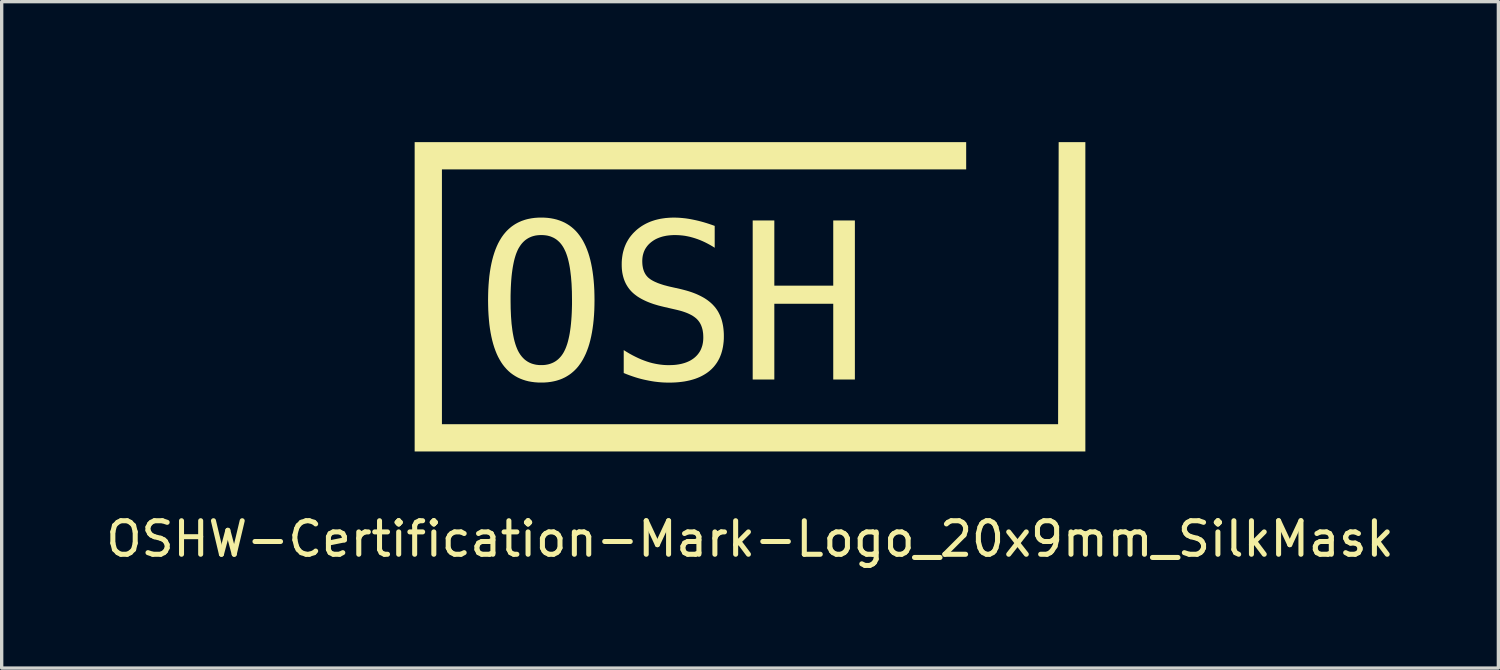
<source format=kicad_pcb>
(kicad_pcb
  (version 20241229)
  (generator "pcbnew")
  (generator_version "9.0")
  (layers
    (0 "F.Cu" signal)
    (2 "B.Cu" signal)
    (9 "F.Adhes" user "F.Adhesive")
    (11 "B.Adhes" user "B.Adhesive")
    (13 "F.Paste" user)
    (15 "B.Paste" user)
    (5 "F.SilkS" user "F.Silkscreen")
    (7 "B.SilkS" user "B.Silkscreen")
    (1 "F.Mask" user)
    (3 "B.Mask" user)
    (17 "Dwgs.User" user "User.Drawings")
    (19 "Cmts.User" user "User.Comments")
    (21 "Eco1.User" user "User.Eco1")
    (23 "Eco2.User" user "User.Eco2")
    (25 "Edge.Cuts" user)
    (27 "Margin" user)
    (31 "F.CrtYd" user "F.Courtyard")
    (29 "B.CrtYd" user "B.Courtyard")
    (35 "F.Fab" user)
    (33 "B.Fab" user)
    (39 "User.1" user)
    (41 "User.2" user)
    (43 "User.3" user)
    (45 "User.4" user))
  (footprint "OSHW-Certification-Mark-Logo_20x9mm_SilkMask"
    (layer "F.Cu")
    (at 19.315 5.185)
    (property "Reference" "OSHW-Certification-Mark-Logo_20x9mm_SilkMask" (at 0.000154 7.838 0) (unlocked yes) (layer "F.SilkS") (effects (font (size 1 1) (thickness 0.15))))
    (attr board_only exclude_from_pos_files exclude_from_bom allow_missing_courtyard)
    (fp_poly (pts (xy 6.768 3.082) (xy 6.161 3.082) (xy 5.516 0.264) (xy 4.875 3.082) (xy 4.268 3.082) (xy 3.559 -1.661) (xy 4.185 -1.661) (xy 4.639 2.189) (xy 5.18 -0.359) (xy 5.85 -0.359) (xy 6.396 2.195) (xy 7.935 -5.185) (xy 8.561 -5.185)) (stroke (width 0) (type solid)) (fill yes) (layer "F.Mask"))
    (fp_poly (pts (xy -4.637 0.715) (xy -4.637 0.715) (xy -4.637 0.715)) (stroke (width 0) (type solid)) (fill yes) (layer "F.SilkS"))
    (fp_poly (pts (xy -1.053 -1.499) (xy -1.053 -1.499) (xy -1.053 -1.499)) (stroke (width 0) (type solid)) (fill yes) (layer "F.SilkS"))
    (fp_poly (pts (xy 10 5.228) (xy -10 5.228) (xy -10 -3.997) (xy 6.446 -3.997) (xy 6.446 -3.183) (xy -9.187 -3.183) (xy -9.187 4.415) (xy 9.187 4.415) (xy 9.204 -3.997) (xy 10 -3.997)) (stroke (width 0) (type solid)) (fill yes) (layer "F.SilkS"))
    (fp_poly (pts (xy 0.725 0.283) (xy 2.482 0.283) (xy 2.482 -1.661) (xy 3.127 -1.661) (xy 3.127 3.082) (xy 2.482 3.082) (xy 2.482 0.823) (xy 0.725 0.823) (xy 0.725 3.082) (xy 0.08 3.082) (xy 0.08 -1.661) (xy 0.725 -1.661)) (stroke (width 0) (type solid)) (fill yes) (layer "F.SilkS"))
    (fp_poly (pts (xy -6.127 -1.745) (xy -6.031 -1.738) (xy -5.939 -1.726) (xy -5.85 -1.709) (xy -5.764 -1.688) (xy -5.681 -1.661) (xy -5.601 -1.63) (xy -5.525 -1.595) (xy -5.452 -1.554) (xy -5.382 -1.509) (xy -5.316 -1.459) (xy -5.252 -1.404) (xy -5.192 -1.345) (xy -5.135 -1.28) (xy -5.082 -1.211) (xy -5.031 -1.137) (xy -4.983 -1.059) (xy -4.939 -0.975) (xy -4.897 -0.886) (xy -4.859 -0.793) (xy -4.823 -0.694) (xy -4.791 -0.591) (xy -4.762 -0.483) (xy -4.736 -0.369) (xy -4.713 -0.251) (xy -4.693 -0.128) (xy -4.676 0.000166) (xy -4.662 0.133) (xy -4.651 0.271) (xy -4.643 0.414) (xy -4.639 0.562) (xy -4.637 0.715) (xy -4.639 0.867) (xy -4.643 1.015) (xy -4.651 1.157) (xy -4.662 1.295) (xy -4.676 1.428) (xy -4.693 1.555) (xy -4.713 1.678) (xy -4.736 1.796) (xy -4.762 1.909) (xy -4.791 2.018) (xy -4.823 2.121) (xy -4.859 2.219) (xy -4.897 2.313) (xy -4.939 2.401) (xy -4.983 2.485) (xy -5.031 2.564) (xy -5.056 2.601) (xy -5.082 2.637) (xy -5.108 2.673) (xy -5.135 2.707) (xy -5.163 2.739) (xy -5.192 2.771) (xy -5.222 2.801) (xy -5.252 2.83) (xy -5.284 2.858) (xy -5.316 2.885) (xy -5.349 2.911) (xy -5.382 2.935) (xy -5.417 2.958) (xy -5.452 2.98) (xy -5.488 3.001) (xy -5.525 3.021) (xy -5.563 3.039) (xy -5.601 3.057) (xy -5.641 3.073) (xy -5.681 3.088) (xy -5.722 3.101) (xy -5.764 3.114) (xy -5.806 3.125) (xy -5.85 3.135) (xy -5.894 3.144) (xy -5.939 3.152) (xy -6.031 3.164) (xy -6.127 3.171) (xy -6.226 3.173) (xy -6.324 3.171) (xy -6.42 3.164) (xy -6.512 3.152) (xy -6.602 3.136) (xy -6.688 3.114) (xy -6.77 3.088) (xy -6.85 3.057) (xy -6.926 3.022) (xy -6.999 2.981) (xy -7.069 2.936) (xy -7.136 2.887) (xy -7.199 2.832) (xy -7.259 2.773) (xy -7.316 2.709) (xy -7.37 2.64) (xy -7.42 2.567) (xy -7.467 2.488) (xy -7.512 2.405) (xy -7.553 2.317) (xy -7.591 2.223) (xy -7.626 2.125) (xy -7.658 2.022) (xy -7.687 1.914) (xy -7.713 1.8) (xy -7.736 1.682) (xy -7.756 1.559) (xy -7.773 1.431) (xy -7.786 1.297) (xy -7.797 1.159) (xy -7.805 1.016) (xy -7.809 0.868) (xy -7.811 0.715) (xy -7.14 0.715) (xy -7.137 0.966) (xy -7.127 1.199) (xy -7.111 1.413) (xy -7.087 1.608) (xy -7.073 1.699) (xy -7.057 1.785) (xy -7.04 1.867) (xy -7.021 1.944) (xy -7 2.016) (xy -6.978 2.083) (xy -6.953 2.146) (xy -6.928 2.205) (xy -6.9 2.259) (xy -6.885 2.285) (xy -6.869 2.31) (xy -6.854 2.334) (xy -6.837 2.357) (xy -6.82 2.379) (xy -6.803 2.401) (xy -6.785 2.421) (xy -6.766 2.441) (xy -6.747 2.46) (xy -6.728 2.478) (xy -6.708 2.495) (xy -6.687 2.511) (xy -6.666 2.526) (xy -6.644 2.541) (xy -6.622 2.554) (xy -6.599 2.567) (xy -6.576 2.579) (xy -6.552 2.59) (xy -6.528 2.6) (xy -6.503 2.609) (xy -6.478 2.617) (xy -6.452 2.624) (xy -6.425 2.631) (xy -6.398 2.637) (xy -6.371 2.642) (xy -6.343 2.645) (xy -6.314 2.649) (xy -6.285 2.651) (xy -6.226 2.652) (xy -6.166 2.651) (xy -6.108 2.646) (xy -6.052 2.637) (xy -5.998 2.625) (xy -5.947 2.609) (xy -5.898 2.59) (xy -5.85 2.567) (xy -5.805 2.541) (xy -5.763 2.512) (xy -5.722 2.479) (xy -5.684 2.442) (xy -5.647 2.402) (xy -5.613 2.359) (xy -5.581 2.312) (xy -5.551 2.262) (xy -5.524 2.208) (xy -5.497 2.149) (xy -5.473 2.086) (xy -5.45 2.019) (xy -5.429 1.946) (xy -5.41 1.869) (xy -5.392 1.788) (xy -5.376 1.702) (xy -5.362 1.611) (xy -5.349 1.515) (xy -5.338 1.415) (xy -5.329 1.31) (xy -5.321 1.2) (xy -5.315 1.086) (xy -5.311 0.967) (xy -5.308 0.843) (xy -5.308 0.715) (xy -5.311 0.463) (xy -5.321 0.23) (xy -5.338 0.015) (xy -5.362 -0.181) (xy -5.376 -0.272) (xy -5.392 -0.358) (xy -5.41 -0.44) (xy -5.429 -0.517) (xy -5.45 -0.589) (xy -5.473 -0.657) (xy -5.497 -0.72) (xy -5.524 -0.778) (xy -5.551 -0.833) (xy -5.566 -0.858) (xy -5.581 -0.883) (xy -5.597 -0.907) (xy -5.613 -0.931) (xy -5.63 -0.953) (xy -5.647 -0.974) (xy -5.665 -0.995) (xy -5.684 -1.015) (xy -5.703 -1.033) (xy -5.722 -1.051) (xy -5.742 -1.068) (xy -5.763 -1.085) (xy -5.784 -1.1) (xy -5.805 -1.114) (xy -5.828 -1.128) (xy -5.85 -1.141) (xy -5.874 -1.152) (xy -5.898 -1.163) (xy -5.922 -1.173) (xy -5.947 -1.183) (xy -5.972 -1.191) (xy -5.998 -1.198) (xy -6.025 -1.205) (xy -6.052 -1.211) (xy -6.079 -1.215) (xy -6.108 -1.219) (xy -6.136 -1.222) (xy -6.166 -1.224) (xy -6.226 -1.226) (xy -6.285 -1.224) (xy -6.343 -1.219) (xy -6.398 -1.211) (xy -6.452 -1.198) (xy -6.503 -1.183) (xy -6.552 -1.163) (xy -6.599 -1.141) (xy -6.644 -1.114) (xy -6.687 -1.085) (xy -6.728 -1.051) (xy -6.766 -1.015) (xy -6.803 -0.974) (xy -6.837 -0.931) (xy -6.869 -0.883) (xy -6.9 -0.833) (xy -6.928 -0.778) (xy -6.953 -0.72) (xy -6.978 -0.657) (xy -7 -0.589) (xy -7.021 -0.517) (xy -7.04 -0.44) (xy -7.057 -0.358) (xy -7.073 -0.272) (xy -7.087 -0.181) (xy -7.1 -0.085) (xy -7.111 0.015) (xy -7.12 0.12) (xy -7.127 0.229) (xy -7.133 0.344) (xy -7.137 0.463) (xy -7.14 0.586) (xy -7.14 0.715) (xy -7.811 0.715) (xy -7.811 0.715) (xy -7.809 0.562) (xy -7.805 0.414) (xy -7.797 0.271) (xy -7.786 0.133) (xy -7.773 0.000166) (xy -7.756 -0.128) (xy -7.736 -0.251) (xy -7.713 -0.369) (xy -7.687 -0.483) (xy -7.658 -0.591) (xy -7.626 -0.694) (xy -7.591 -0.793) (xy -7.553 -0.886) (xy -7.512 -0.975) (xy -7.467 -1.059) (xy -7.42 -1.137) (xy -7.395 -1.175) (xy -7.369 -1.211) (xy -7.343 -1.246) (xy -7.315 -1.28) (xy -7.287 -1.313) (xy -7.258 -1.345) (xy -7.228 -1.375) (xy -7.198 -1.404) (xy -7.166 -1.432) (xy -7.134 -1.459) (xy -7.101 -1.485) (xy -7.067 -1.509) (xy -7.033 -1.532) (xy -6.998 -1.554) (xy -6.961 -1.575) (xy -6.924 -1.595) (xy -6.887 -1.613) (xy -6.848 -1.63) (xy -6.809 -1.647) (xy -6.769 -1.661) (xy -6.728 -1.675) (xy -6.686 -1.688) (xy -6.644 -1.699) (xy -6.6 -1.709) (xy -6.512 -1.726) (xy -6.419 -1.738) (xy -6.324 -1.745) (xy -6.226 -1.747)) (stroke (width 0) (type solid)) (fill yes) (layer "F.SilkS"))
    (fp_poly (pts (xy -2.195 -1.745) (xy -2.125 -1.742) (xy -2.054 -1.737) (xy -1.983 -1.73) (xy -1.911 -1.722) (xy -1.837 -1.711) (xy -1.763 -1.698) (xy -1.688 -1.683) (xy -1.612 -1.667) (xy -1.535 -1.649) (xy -1.458 -1.629) (xy -1.379 -1.607) (xy -1.299 -1.583) (xy -1.218 -1.557) (xy -1.136 -1.529) (xy -1.053 -1.499) (xy -1.053 -0.847) (xy -1.126 -0.893) (xy -1.199 -0.935) (xy -1.273 -0.975) (xy -1.346 -1.012) (xy -1.42 -1.046) (xy -1.493 -1.077) (xy -1.567 -1.105) (xy -1.641 -1.13) (xy -1.714 -1.152) (xy -1.787 -1.172) (xy -1.861 -1.188) (xy -1.934 -1.202) (xy -2.008 -1.212) (xy -2.083 -1.219) (xy -2.157 -1.224) (xy -2.232 -1.225) (xy -2.288 -1.225) (xy -2.342 -1.222) (xy -2.395 -1.218) (xy -2.447 -1.212) (xy -2.497 -1.205) (xy -2.545 -1.195) (xy -2.593 -1.185) (xy -2.638 -1.172) (xy -2.682 -1.158) (xy -2.725 -1.142) (xy -2.766 -1.125) (xy -2.806 -1.106) (xy -2.844 -1.085) (xy -2.881 -1.062) (xy -2.916 -1.038) (xy -2.949 -1.013) (xy -2.981 -0.986) (xy -3.011 -0.958) (xy -3.039 -0.929) (xy -3.065 -0.898) (xy -3.088 -0.867) (xy -3.11 -0.834) (xy -3.13 -0.801) (xy -3.147 -0.766) (xy -3.163 -0.729) (xy -3.176 -0.692) (xy -3.187 -0.654) (xy -3.197 -0.614) (xy -3.204 -0.573) (xy -3.209 -0.531) (xy -3.212 -0.488) (xy -3.213 -0.444) (xy -3.212 -0.405) (xy -3.21 -0.368) (xy -3.207 -0.331) (xy -3.202 -0.296) (xy -3.196 -0.262) (xy -3.189 -0.229) (xy -3.18 -0.197) (xy -3.17 -0.167) (xy -3.159 -0.137) (xy -3.146 -0.109) (xy -3.132 -0.082) (xy -3.117 -0.056) (xy -3.1 -0.031) (xy -3.082 -0.008) (xy -3.062 0.015) (xy -3.042 0.036) (xy -3.019 0.056) (xy -2.993 0.076) (xy -2.966 0.096) (xy -2.936 0.115) (xy -2.903 0.134) (xy -2.869 0.152) (xy -2.832 0.17) (xy -2.792 0.187) (xy -2.751 0.205) (xy -2.707 0.221) (xy -2.66 0.237) (xy -2.612 0.253) (xy -2.561 0.269) (xy -2.507 0.283) (xy -2.452 0.298) (xy -2.394 0.312) (xy -2.057 0.388) (xy -1.975 0.409) (xy -1.896 0.43) (xy -1.819 0.453) (xy -1.746 0.477) (xy -1.675 0.503) (xy -1.607 0.53) (xy -1.542 0.559) (xy -1.48 0.589) (xy -1.421 0.62) (xy -1.364 0.652) (xy -1.311 0.686) (xy -1.26 0.722) (xy -1.212 0.759) (xy -1.167 0.797) (xy -1.124 0.837) (xy -1.085 0.878) (xy -1.048 0.92) (xy -1.013 0.965) (xy -0.981 1.011) (xy -0.951 1.059) (xy -0.924 1.11) (xy -0.899 1.162) (xy -0.876 1.216) (xy -0.856 1.271) (xy -0.838 1.329) (xy -0.823 1.389) (xy -0.81 1.45) (xy -0.799 1.514) (xy -0.791 1.579) (xy -0.785 1.646) (xy -0.781 1.715) (xy -0.78 1.786) (xy -0.781 1.869) (xy -0.786 1.95) (xy -0.795 2.029) (xy -0.806 2.104) (xy -0.821 2.178) (xy -0.839 2.248) (xy -0.86 2.317) (xy -0.885 2.383) (xy -0.912 2.446) (xy -0.944 2.507) (xy -0.978 2.565) (xy -1.016 2.621) (xy -1.057 2.674) (xy -1.101 2.725) (xy -1.148 2.773) (xy -1.199 2.819) (xy -1.253 2.862) (xy -1.31 2.902) (xy -1.37 2.939) (xy -1.433 2.974) (xy -1.498 3.006) (xy -1.567 3.035) (xy -1.639 3.062) (xy -1.714 3.085) (xy -1.791 3.106) (xy -1.872 3.124) (xy -1.956 3.14) (xy -2.043 3.152) (xy -2.132 3.162) (xy -2.225 3.169) (xy -2.32 3.173) (xy -2.419 3.174) (xy -2.502 3.173) (xy -2.586 3.17) (xy -2.67 3.164) (xy -2.753 3.156) (xy -2.837 3.146) (xy -2.921 3.133) (xy -3.005 3.118) (xy -3.089 3.101) (xy -3.173 3.083) (xy -3.258 3.062) (xy -3.342 3.039) (xy -3.427 3.013) (xy -3.511 2.985) (xy -3.596 2.955) (xy -3.681 2.923) (xy -3.766 2.888) (xy -3.766 2.205) (xy -3.675 2.261) (xy -3.586 2.314) (xy -3.498 2.362) (xy -3.411 2.406) (xy -3.325 2.447) (xy -3.241 2.484) (xy -3.158 2.516) (xy -3.077 2.545) (xy -2.995 2.571) (xy -2.913 2.593) (xy -2.831 2.611) (xy -2.749 2.626) (xy -2.666 2.638) (xy -2.584 2.647) (xy -2.502 2.652) (xy -2.419 2.653) (xy -2.359 2.652) (xy -2.301 2.65) (xy -2.244 2.646) (xy -2.189 2.64) (xy -2.136 2.632) (xy -2.085 2.623) (xy -2.035 2.612) (xy -1.987 2.599) (xy -1.941 2.585) (xy -1.896 2.569) (xy -1.853 2.551) (xy -1.811 2.532) (xy -1.772 2.511) (xy -1.734 2.488) (xy -1.697 2.463) (xy -1.663 2.437) (xy -1.63 2.409) (xy -1.6 2.38) (xy -1.571 2.349) (xy -1.545 2.317) (xy -1.521 2.284) (xy -1.498 2.249) (xy -1.478 2.213) (xy -1.46 2.175) (xy -1.445 2.136) (xy -1.431 2.096) (xy -1.419 2.055) (xy -1.41 2.012) (xy -1.402 1.968) (xy -1.397 1.922) (xy -1.394 1.876) (xy -1.393 1.827) (xy -1.394 1.784) (xy -1.396 1.741) (xy -1.399 1.7) (xy -1.405 1.66) (xy -1.411 1.621) (xy -1.419 1.584) (xy -1.429 1.548) (xy -1.44 1.514) (xy -1.452 1.48) (xy -1.466 1.448) (xy -1.481 1.418) (xy -1.498 1.388) (xy -1.517 1.36) (xy -1.536 1.334) (xy -1.558 1.308) (xy -1.58 1.284) (xy -1.604 1.261) (xy -1.631 1.239) (xy -1.659 1.217) (xy -1.69 1.196) (xy -1.722 1.175) (xy -1.757 1.156) (xy -1.794 1.137) (xy -1.834 1.118) (xy -1.875 1.1) (xy -1.919 1.083) (xy -1.964 1.067) (xy -2.012 1.051) (xy -2.062 1.036) (xy -2.114 1.022) (xy -2.169 1.008) (xy -2.225 0.995) (xy -2.568 0.916) (xy -2.649 0.896) (xy -2.728 0.876) (xy -2.803 0.854) (xy -2.876 0.832) (xy -2.946 0.807) (xy -3.013 0.782) (xy -3.077 0.756) (xy -3.138 0.728) (xy -3.197 0.699) (xy -3.253 0.669) (xy -3.306 0.638) (xy -3.356 0.606) (xy -3.403 0.572) (xy -3.447 0.538) (xy -3.489 0.502) (xy -3.528 0.465) (xy -3.564 0.426) (xy -3.598 0.386) (xy -3.629 0.344) (xy -3.658 0.301) (xy -3.685 0.256) (xy -3.71 0.209) (xy -3.732 0.161) (xy -3.752 0.111) (xy -3.769 0.06) (xy -3.784 0.007) (xy -3.797 -0.048) (xy -3.808 -0.104) (xy -3.816 -0.162) (xy -3.822 -0.222) (xy -3.825 -0.283) (xy -3.826 -0.345) (xy -3.825 -0.424) (xy -3.82 -0.5) (xy -3.811 -0.575) (xy -3.8 -0.647) (xy -3.785 -0.718) (xy -3.766 -0.786) (xy -3.745 -0.853) (xy -3.72 -0.917) (xy -3.692 -0.98) (xy -3.66 -1.04) (xy -3.625 -1.099) (xy -3.587 -1.156) (xy -3.545 -1.21) (xy -3.5 -1.263) (xy -3.452 -1.313) (xy -3.401 -1.362) (xy -3.346 -1.409) (xy -3.289 -1.452) (xy -3.23 -1.493) (xy -3.169 -1.53) (xy -3.105 -1.565) (xy -3.04 -1.596) (xy -2.972 -1.625) (xy -2.902 -1.65) (xy -2.83 -1.673) (xy -2.755 -1.692) (xy -2.679 -1.709) (xy -2.6 -1.722) (xy -2.519 -1.733) (xy -2.436 -1.74) (xy -2.351 -1.745) (xy -2.263 -1.746)) (stroke (width 0) (type solid)) (fill yes) (layer "F.SilkS")))
  (gr_rect
    (start -3 -3)
    (end 41.631 16.871)
    (stroke (width 0.1) (type default))
    (fill no)
    (layer "Edge.Cuts")))
</source>
